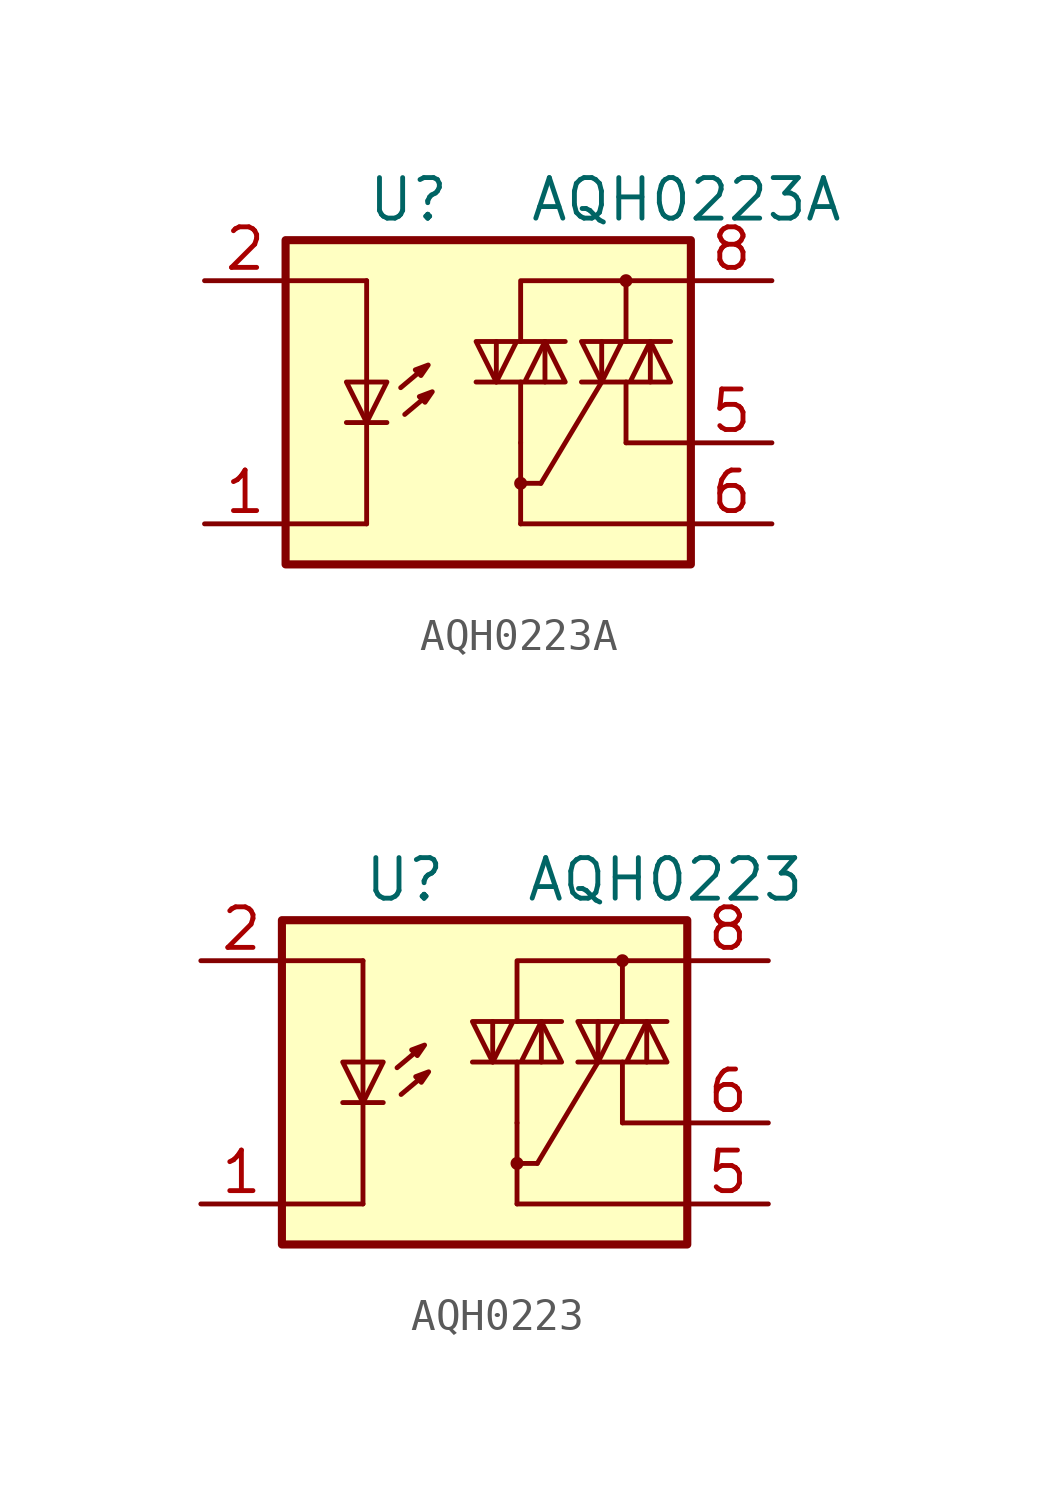
<source format=kicad_sym>
(kicad_symbol_lib
  (version 20211014)
  (generator kicad_symbol_editor)
  (symbol "AQH0223A"
    (property "Reference" "U"
      (at -5.08 5.08 0)
      (effects (font (size 1.27 1.27)) (justify left)))
    (property "Value" "AQH0223A"
      (at 0 5.08 0)
      (effects (font (size 1.27 1.27)) (justify left)))
    (symbol "AQH0223A_1_1"
      (rectangle (start -7.62 3.81) (end 5.08 -6.35) (stroke (width 0.254) (type default) (color 0 0 0 0)) (fill (type background)))
      (circle (center -0.254 -3.81) (radius 0.127) (stroke (width 0) (type default) (color 0 0 0 0)) (fill (type none)))
      (polyline (pts (xy -5.715 -1.905) (xy -4.445 -1.905)) (stroke (width 0) (type default) (color 0 0 0 0)) (fill (type none)))
      (polyline (pts (xy -5.08 -5.08) (xy -7.62 -5.08)) (stroke (width 0) (type default) (color 0 0 0 0)) (fill (type none)))
      (polyline (pts (xy -5.08 -1.905) (xy -5.08 -5.08)) (stroke (width 0) (type default) (color 0 0 0 0)) (fill (type none)))
      (polyline (pts (xy -5.08 -0.635) (xy -5.08 -1.905)) (stroke (width 0) (type default) (color 0 0 0 0)) (fill (type none)))
      (polyline (pts (xy -5.08 -0.635) (xy -5.08 2.54)) (stroke (width 0) (type default) (color 0 0 0 0)) (fill (type none)))
      (polyline (pts (xy -5.08 2.54) (xy -7.493 2.54)) (stroke (width 0) (type default) (color 0 0 0 0)) (fill (type none)))
      (polyline (pts (xy -3.378 -0.279) (xy -4.013 -0.813)) (stroke (width 0) (type default) (color 0 0 0 0)) (fill (type none)))
      (polyline (pts (xy -3.251 -1.118) (xy -3.886 -1.651)) (stroke (width 0) (type default) (color 0 0 0 0)) (fill (type none)))
      (polyline (pts (xy -1.016 -0.635) (xy -1.016 0.635)) (stroke (width 0) (type default) (color 0 0 0 0)) (fill (type none)))
      (polyline (pts (xy -0.254 -3.81) (xy 0.381 -3.81)) (stroke (width 0) (type default) (color 0 0 0 0)) (fill (type none)))
      (polyline (pts (xy -0.254 -2.54) (xy -0.254 -5.08)) (stroke (width 0) (type default) (color 0 0 0 0)) (fill (type none)))
      (polyline (pts (xy -0.254 -2.54) (xy -0.254 -0.635)) (stroke (width 0) (type default) (color 0 0 0 0)) (fill (type none)))
      (polyline (pts (xy 0.381 -3.81) (xy 2.286 -0.635)) (stroke (width 0) (type default) (color 0 0 0 0)) (fill (type none)))
      (polyline (pts (xy 0.508 0.635) (xy 0.508 -0.635)) (stroke (width 0) (type default) (color 0 0 0 0)) (fill (type none)))
      (polyline (pts (xy 2.286 -0.635) (xy 2.286 0.635)) (stroke (width 0) (type default) (color 0 0 0 0)) (fill (type none)))
      (polyline (pts (xy 3.048 -2.54) (xy 5.08 -2.54)) (stroke (width 0) (type default) (color 0 0 0 0)) (fill (type none)))
      (polyline (pts (xy 3.048 -0.635) (xy 3.048 -2.54)) (stroke (width 0) (type default) (color 0 0 0 0)) (fill (type none)))
      (polyline (pts (xy 3.048 2.54) (xy 3.048 0.635)) (stroke (width 0) (type default) (color 0 0 0 0)) (fill (type none)))
      (polyline (pts (xy 3.81 0.635) (xy 3.81 -0.635)) (stroke (width 0) (type default) (color 0 0 0 0)) (fill (type none)))
      (polyline (pts (xy 5.08 -5.08) (xy -0.254 -5.08)) (stroke (width 0) (type default) (color 0 0 0 0)) (fill (type none)))
      (polyline (pts (xy 5.08 2.54) (xy 3.048 2.54)) (stroke (width 0) (type default) (color 0 0 0 0)) (fill (type none)))
      (polyline (pts (xy 3.048 2.54) (xy -0.254 2.54) (xy -0.254 0.635)) (stroke (width 0) (type default) (color 0 0 0 0)) (fill (type none)))
      (polyline (pts (xy -5.08 -1.905) (xy -5.715 -0.635) (xy -4.445 -0.635) (xy -5.08 -1.905)) (stroke (width 0) (type default) (color 0 0 0 0)) (fill (type none)))
      (polyline (pts (xy -3.556 -0.254) (xy -3.378 -0.432) (xy -3.15 -0.102) (xy -3.556 -0.254)) (stroke (width 0) (type default) (color 0 0 0 0)) (fill (type none)))
      (polyline (pts (xy -3.429 -1.092) (xy -3.251 -1.27) (xy -3.023 -0.94) (xy -3.429 -1.092)) (stroke (width 0) (type default) (color 0 0 0 0)) (fill (type none)))
      (polyline (pts (xy -1.651 -0.635) (xy 1.143 -0.635) (xy 0.508 0.635) (xy -0.127 -0.635)) (stroke (width 0) (type default) (color 0 0 0 0)) (fill (type none)))
      (polyline (pts (xy 1.143 0.635) (xy -1.651 0.635) (xy -1.016 -0.635) (xy -0.381 0.635)) (stroke (width 0) (type default) (color 0 0 0 0)) (fill (type none)))
      (polyline (pts (xy 1.651 -0.635) (xy 4.445 -0.635) (xy 3.81 0.635) (xy 3.175 -0.635)) (stroke (width 0) (type default) (color 0 0 0 0)) (fill (type none)))
      (polyline (pts (xy 4.445 0.635) (xy 1.651 0.635) (xy 2.286 -0.635) (xy 2.921 0.635)) (stroke (width 0) (type default) (color 0 0 0 0)) (fill (type none)))
      (circle (center 3.048 2.54) (radius 0.127) (stroke (width 0) (type default) (color 0 0 0 0)) (fill (type none)))
      (pin passive line (at -10.16 -5.08 0) (length 2.54) (name "~" (effects (font (size 1.27 1.27)))) (number "1" (effects (font (size 1.27 1.27)))))
      (pin passive line (at -10.16 2.54 0) (length 2.54) (name "~" (effects (font (size 1.27 1.27)))) (number "2" (effects (font (size 1.27 1.27)))))
      (pin passive line (at -10.16 -5.08 0) (length 2.54) hide (name "~" (effects (font (size 1.27 1.27)))) (number "3" (effects (font (size 1.27 1.27)))))
      (pin passive line (at -10.16 -5.08 0) (length 2.54) hide (name "~" (effects (font (size 1.27 1.27)))) (number "4" (effects (font (size 1.27 1.27)))))
      (pin passive line (at 7.62 -2.54 180) (length 2.54) (name "~" (effects (font (size 1.27 1.27)))) (number "5" (effects (font (size 1.27 1.27)))))
      (pin passive line (at 7.62 -5.08 180) (length 2.54) (name "~" (effects (font (size 1.27 1.27)))) (number "6" (effects (font (size 1.27 1.27)))))
      (pin passive line (at 7.62 2.54 180) (length 2.54) (name "~" (effects (font (size 1.27 1.27)))) (number "8" (effects (font (size 1.27 1.27)))))))
  (symbol "AQH0223"
    (property "Reference" "U"
      (at -5.08 5.08 0)
      (effects (font (size 1.27 1.27)) (justify left)))
    (property "Value" "AQH0223"
      (at 0 5.08 0)
      (effects (font (size 1.27 1.27)) (justify left)))
    (symbol "AQH0223_0_1"
      (polyline (pts (xy 3.048 -2.54) (xy 5.08 -2.54)) (stroke (width 0) (type default) (color 0 0 0 0)) (fill (type none)))
      (polyline (pts (xy 3.048 -0.635) (xy 3.048 -2.54)) (stroke (width 0) (type default) (color 0 0 0 0)) (fill (type none))))
    (symbol "AQH0223_1_1"
      (rectangle (start -7.62 3.81) (end 5.08 -6.35) (stroke (width 0.254) (type default) (color 0 0 0 0)) (fill (type background)))
      (circle (center -0.254 -3.81) (radius 0.127) (stroke (width 0) (type default) (color 0 0 0 0)) (fill (type none)))
      (polyline (pts (xy -5.715 -1.905) (xy -4.445 -1.905)) (stroke (width 0) (type default) (color 0 0 0 0)) (fill (type none)))
      (polyline (pts (xy -5.08 -5.08) (xy -7.62 -5.08)) (stroke (width 0) (type default) (color 0 0 0 0)) (fill (type none)))
      (polyline (pts (xy -5.08 -1.905) (xy -5.08 -5.08)) (stroke (width 0) (type default) (color 0 0 0 0)) (fill (type none)))
      (polyline (pts (xy -5.08 -0.635) (xy -5.08 -1.905)) (stroke (width 0) (type default) (color 0 0 0 0)) (fill (type none)))
      (polyline (pts (xy -5.08 -0.635) (xy -5.08 2.54)) (stroke (width 0) (type default) (color 0 0 0 0)) (fill (type none)))
      (polyline (pts (xy -5.08 2.54) (xy -7.493 2.54)) (stroke (width 0) (type default) (color 0 0 0 0)) (fill (type none)))
      (polyline (pts (xy -3.378 -0.279) (xy -4.013 -0.813)) (stroke (width 0) (type default) (color 0 0 0 0)) (fill (type none)))
      (polyline (pts (xy -3.251 -1.118) (xy -3.886 -1.651)) (stroke (width 0) (type default) (color 0 0 0 0)) (fill (type none)))
      (polyline (pts (xy -1.016 -0.635) (xy -1.016 0.635)) (stroke (width 0) (type default) (color 0 0 0 0)) (fill (type none)))
      (polyline (pts (xy -0.254 -3.81) (xy 0.381 -3.81)) (stroke (width 0) (type default) (color 0 0 0 0)) (fill (type none)))
      (polyline (pts (xy -0.254 -2.54) (xy -0.254 -5.08)) (stroke (width 0) (type default) (color 0 0 0 0)) (fill (type none)))
      (polyline (pts (xy -0.254 -2.54) (xy -0.254 -0.635)) (stroke (width 0) (type default) (color 0 0 0 0)) (fill (type none)))
      (polyline (pts (xy 0.381 -3.81) (xy 2.286 -0.635)) (stroke (width 0) (type default) (color 0 0 0 0)) (fill (type none)))
      (polyline (pts (xy 0.508 0.635) (xy 0.508 -0.635)) (stroke (width 0) (type default) (color 0 0 0 0)) (fill (type none)))
      (polyline (pts (xy 2.286 -0.635) (xy 2.286 0.635)) (stroke (width 0) (type default) (color 0 0 0 0)) (fill (type none)))
      (polyline (pts (xy 3.048 2.54) (xy 3.048 0.635)) (stroke (width 0) (type default) (color 0 0 0 0)) (fill (type none)))
      (polyline (pts (xy 3.81 0.635) (xy 3.81 -0.635)) (stroke (width 0) (type default) (color 0 0 0 0)) (fill (type none)))
      (polyline (pts (xy 5.08 -5.08) (xy -0.254 -5.08)) (stroke (width 0) (type default) (color 0 0 0 0)) (fill (type none)))
      (polyline (pts (xy 5.08 2.54) (xy 3.048 2.54)) (stroke (width 0) (type default) (color 0 0 0 0)) (fill (type none)))
      (polyline (pts (xy 3.048 2.54) (xy -0.254 2.54) (xy -0.254 0.635)) (stroke (width 0) (type default) (color 0 0 0 0)) (fill (type none)))
      (polyline (pts (xy -5.08 -1.905) (xy -5.715 -0.635) (xy -4.445 -0.635) (xy -5.08 -1.905)) (stroke (width 0) (type default) (color 0 0 0 0)) (fill (type none)))
      (polyline (pts (xy -3.556 -0.254) (xy -3.378 -0.432) (xy -3.15 -0.102) (xy -3.556 -0.254)) (stroke (width 0) (type default) (color 0 0 0 0)) (fill (type none)))
      (polyline (pts (xy -3.429 -1.092) (xy -3.251 -1.27) (xy -3.023 -0.94) (xy -3.429 -1.092)) (stroke (width 0) (type default) (color 0 0 0 0)) (fill (type none)))
      (polyline (pts (xy -1.651 -0.635) (xy 1.143 -0.635) (xy 0.508 0.635) (xy -0.127 -0.635)) (stroke (width 0) (type default) (color 0 0 0 0)) (fill (type none)))
      (polyline (pts (xy 1.143 0.635) (xy -1.651 0.635) (xy -1.016 -0.635) (xy -0.381 0.635)) (stroke (width 0) (type default) (color 0 0 0 0)) (fill (type none)))
      (polyline (pts (xy 1.651 -0.635) (xy 4.445 -0.635) (xy 3.81 0.635) (xy 3.175 -0.635)) (stroke (width 0) (type default) (color 0 0 0 0)) (fill (type none)))
      (polyline (pts (xy 4.445 0.635) (xy 1.651 0.635) (xy 2.286 -0.635) (xy 2.921 0.635)) (stroke (width 0) (type default) (color 0 0 0 0)) (fill (type none)))
      (circle (center 3.048 2.54) (radius 0.127) (stroke (width 0) (type default) (color 0 0 0 0)) (fill (type none)))
      (pin passive line (at -10.16 -5.08 0) (length 2.54) (name "~" (effects (font (size 1.27 1.27)))) (number "1" (effects (font (size 1.27 1.27)))))
      (pin passive line (at -10.16 2.54 0) (length 2.54) (name "~" (effects (font (size 1.27 1.27)))) (number "2" (effects (font (size 1.27 1.27)))))
      (pin passive line (at -10.16 -5.08 0) (length 2.54) hide (name "~" (effects (font (size 1.27 1.27)))) (number "3" (effects (font (size 1.27 1.27)))))
      (pin passive line (at -10.16 -5.08 0) (length 2.54) hide (name "~" (effects (font (size 1.27 1.27)))) (number "4" (effects (font (size 1.27 1.27)))))
      (pin passive line (at 7.62 -5.08 180) (length 2.54) (name "~" (effects (font (size 1.27 1.27)))) (number "5" (effects (font (size 1.27 1.27)))))
      (pin passive line (at 7.62 -2.54 180) (length 2.54) (name "~" (effects (font (size 1.27 1.27)))) (number "6" (effects (font (size 1.27 1.27)))))
      (pin passive line (at 7.62 2.54 180) (length 2.54) (name "~" (effects (font (size 1.27 1.27)))) (number "8" (effects (font (size 1.27 1.27))))))))
</source>
